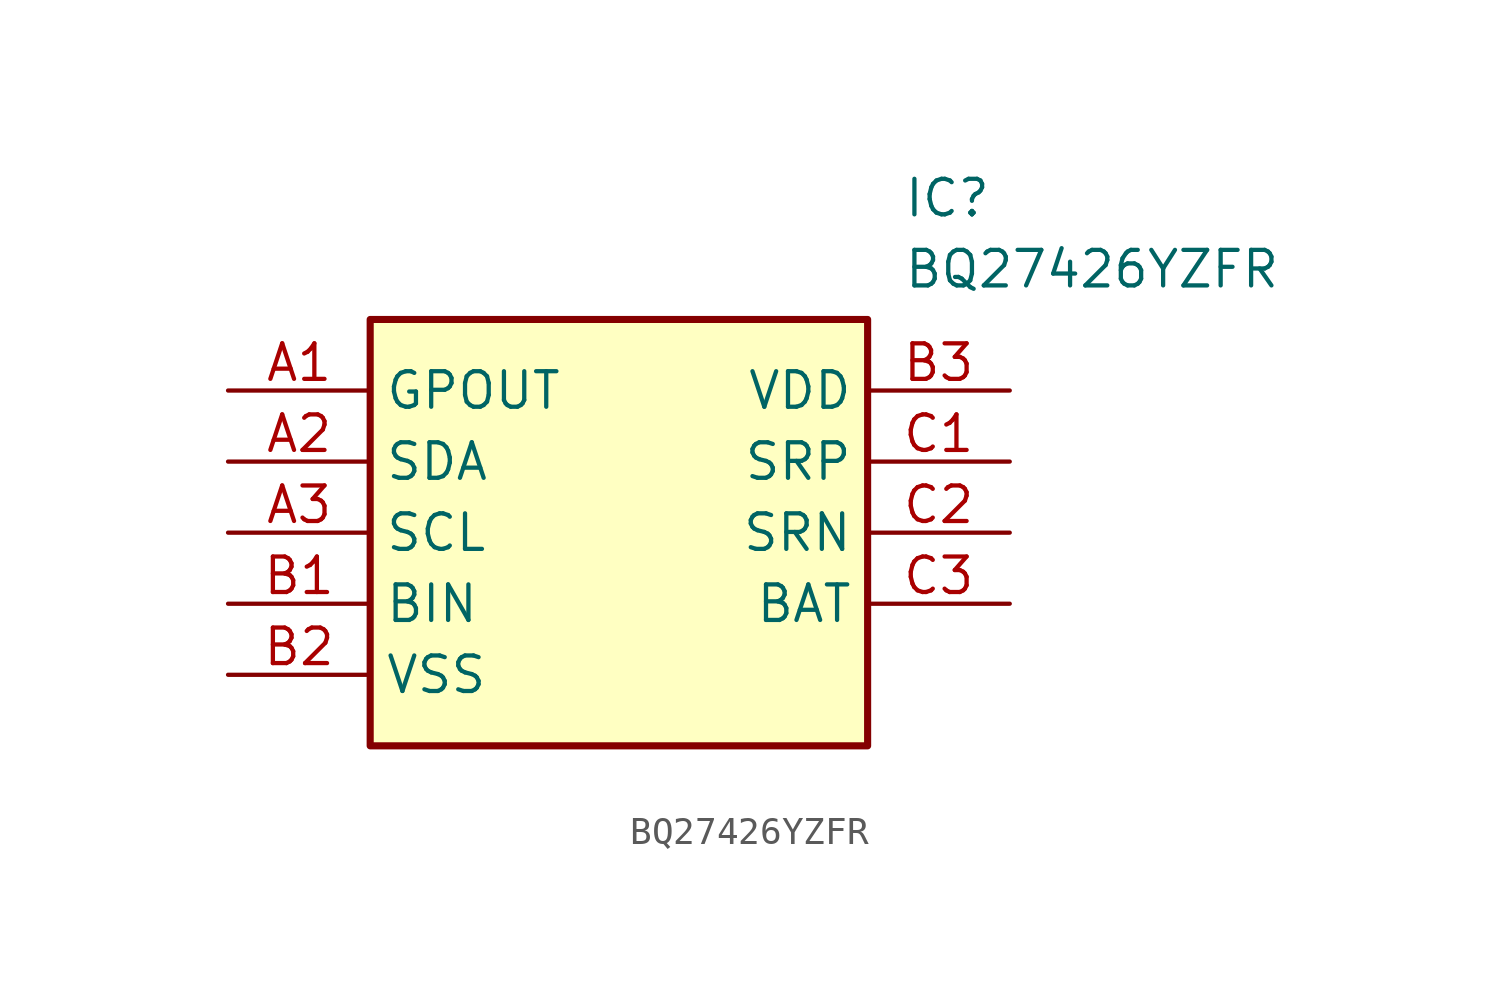
<source format=kicad_sym>
(kicad_symbol_lib
  (version 20220914)
  (generator SamacSys_ECAD_Model)
  (symbol "BQ27426YZFR"
    (property "Reference" "IC"
      (at 24.13 7.62 0)
      (effects (font (size 1.27 1.27)) (justify left top)))
    (property "Value" "BQ27426YZFR"
      (at 24.13 5.08 0)
      (effects (font (size 1.27 1.27)) (justify left top)))
    (rectangle
      (start 5.08 2.54)
      (end 22.86 -12.7)
      (stroke (width 0.254) (type default))
      (fill (type background)))
    (pin passive line
      (at 0 0 0)
      (length 5.08)
      (name "GPOUT" (effects (font (size 1.27 1.27))))
      (number "A1" (effects (font (size 1.27 1.27)))))
    (pin passive line
      (at 0 -2.54 0)
      (length 5.08)
      (name "SDA" (effects (font (size 1.27 1.27))))
      (number "A2" (effects (font (size 1.27 1.27)))))
    (pin passive line
      (at 0 -5.08 0)
      (length 5.08)
      (name "SCL" (effects (font (size 1.27 1.27))))
      (number "A3" (effects (font (size 1.27 1.27)))))
    (pin passive line
      (at 0 -7.62 0)
      (length 5.08)
      (name "BIN" (effects (font (size 1.27 1.27))))
      (number "B1" (effects (font (size 1.27 1.27)))))
    (pin passive line
      (at 0 -10.16 0)
      (length 5.08)
      (name "VSS" (effects (font (size 1.27 1.27))))
      (number "B2" (effects (font (size 1.27 1.27)))))
    (pin passive line
      (at 27.94 0 180)
      (length 5.08)
      (name "VDD" (effects (font (size 1.27 1.27))))
      (number "B3" (effects (font (size 1.27 1.27)))))
    (pin passive line
      (at 27.94 -2.54 180)
      (length 5.08)
      (name "SRP" (effects (font (size 1.27 1.27))))
      (number "C1" (effects (font (size 1.27 1.27)))))
    (pin passive line
      (at 27.94 -5.08 180)
      (length 5.08)
      (name "SRN" (effects (font (size 1.27 1.27))))
      (number "C2" (effects (font (size 1.27 1.27)))))
    (pin passive line
      (at 27.94 -7.62 180)
      (length 5.08)
      (name "BAT" (effects (font (size 1.27 1.27))))
      (number "C3" (effects (font (size 1.27 1.27)))))))
</source>
